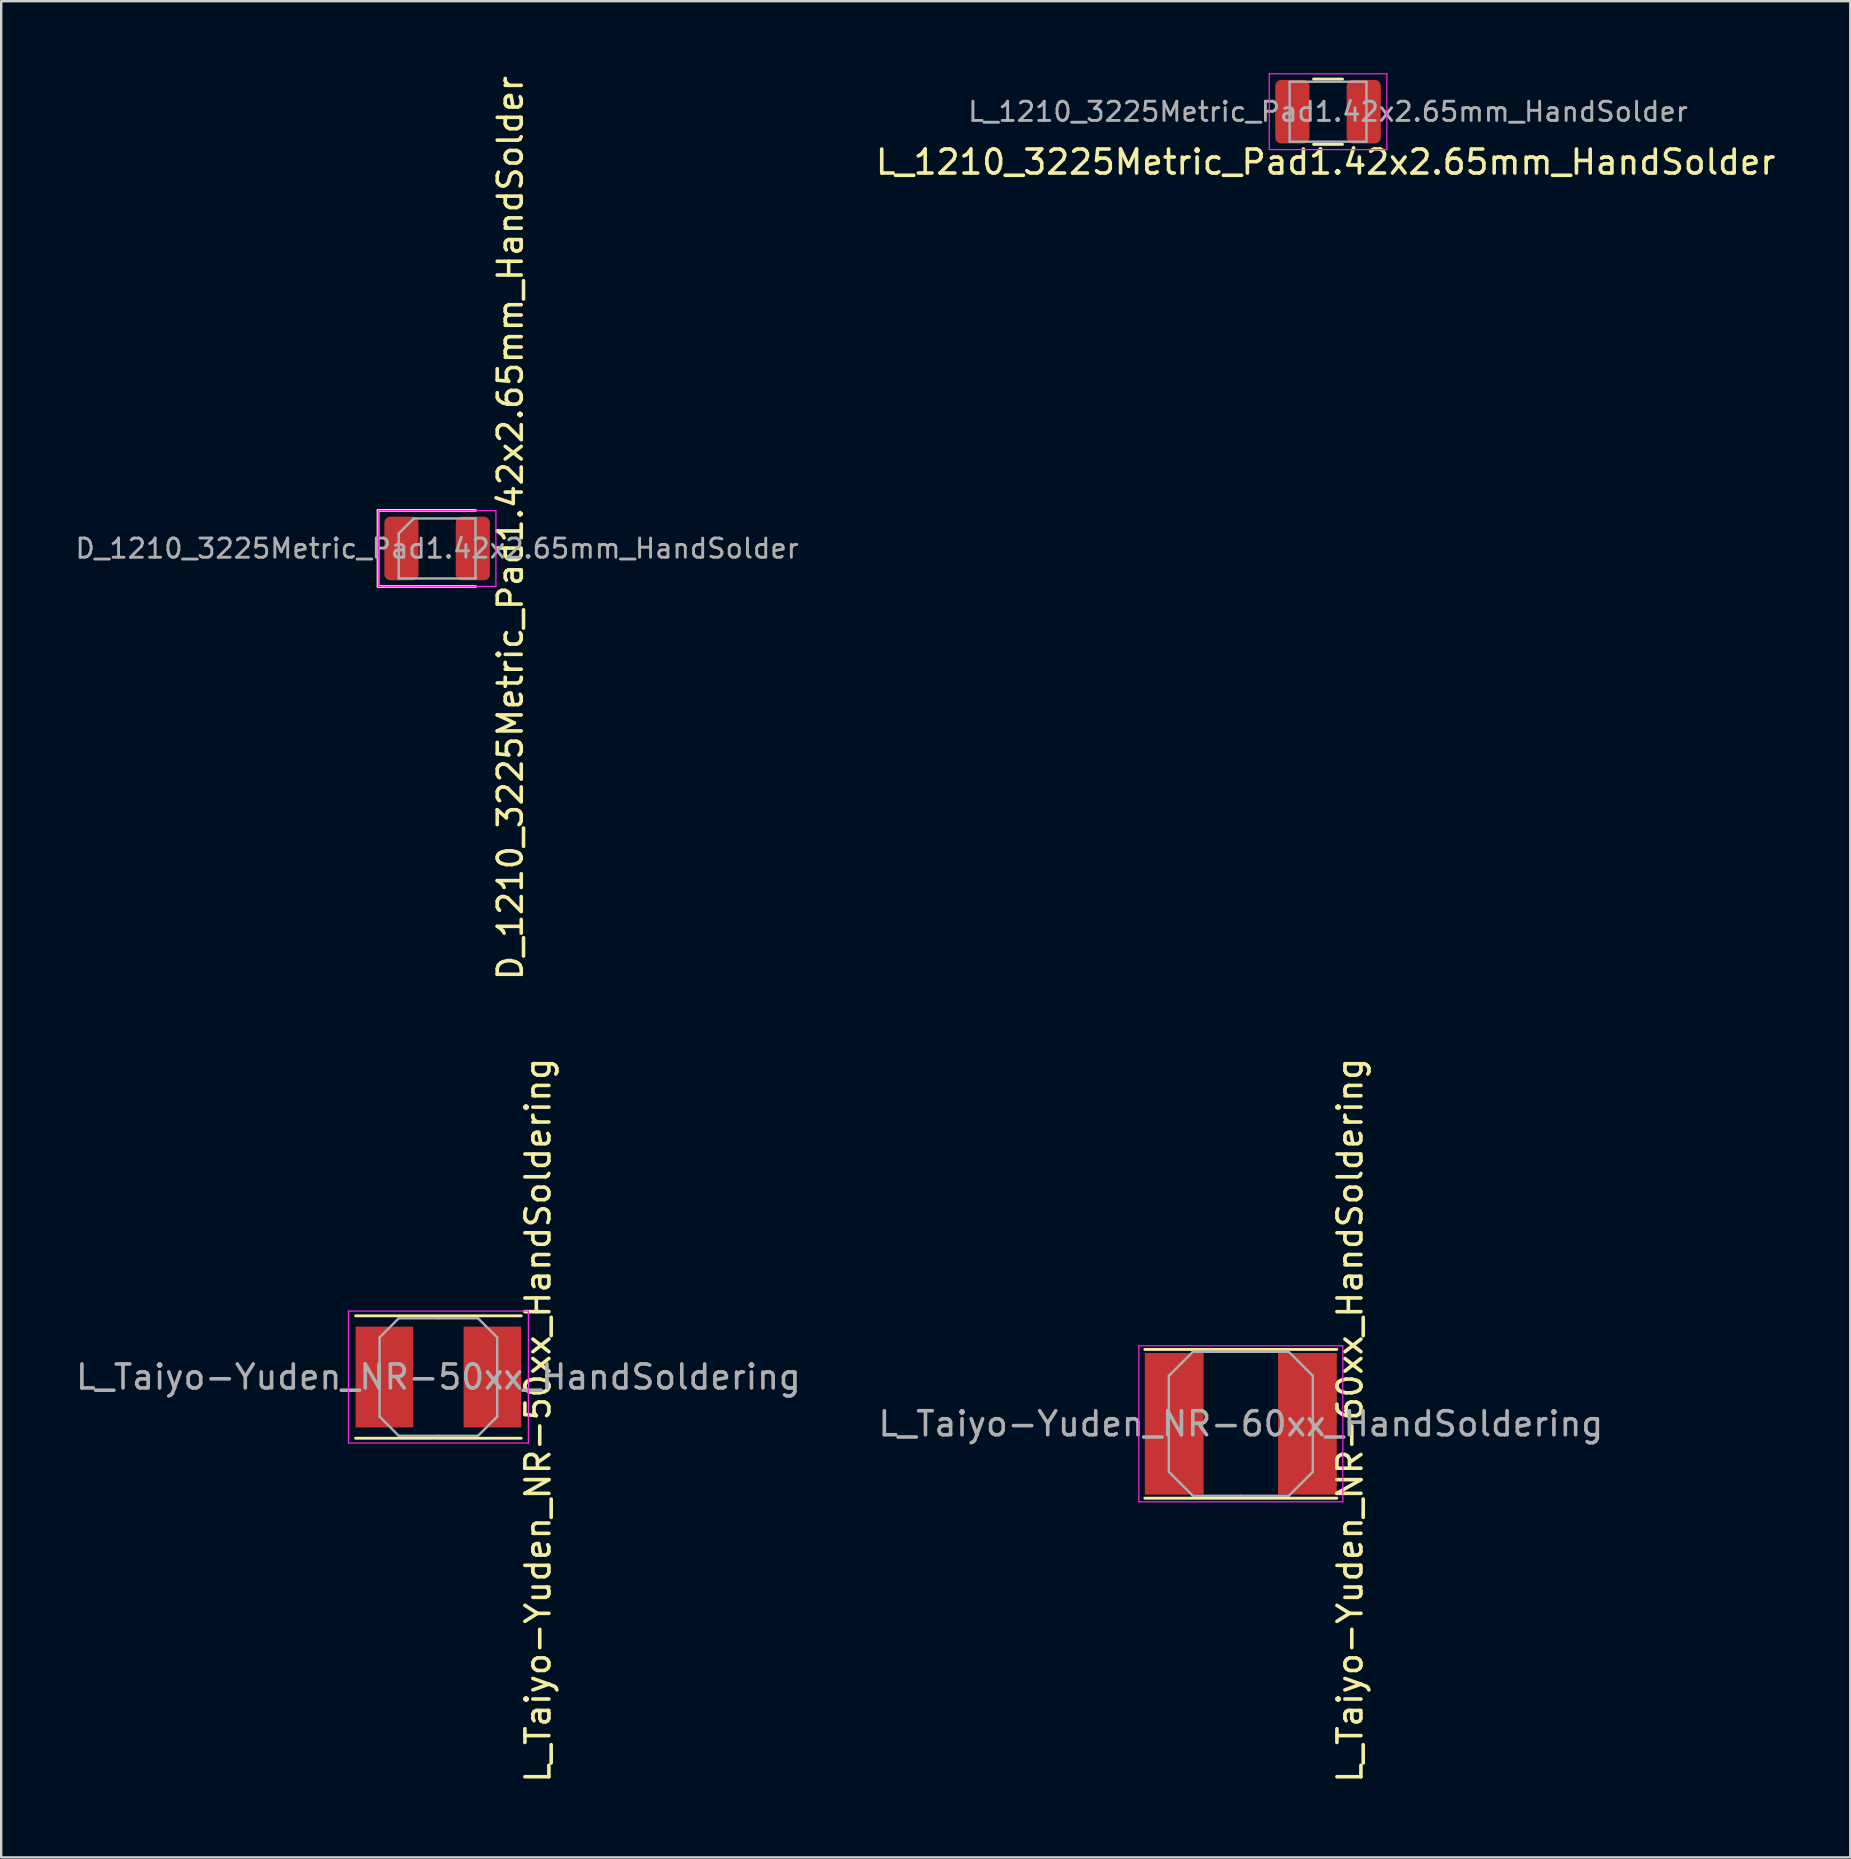
<source format=kicad_pcb>
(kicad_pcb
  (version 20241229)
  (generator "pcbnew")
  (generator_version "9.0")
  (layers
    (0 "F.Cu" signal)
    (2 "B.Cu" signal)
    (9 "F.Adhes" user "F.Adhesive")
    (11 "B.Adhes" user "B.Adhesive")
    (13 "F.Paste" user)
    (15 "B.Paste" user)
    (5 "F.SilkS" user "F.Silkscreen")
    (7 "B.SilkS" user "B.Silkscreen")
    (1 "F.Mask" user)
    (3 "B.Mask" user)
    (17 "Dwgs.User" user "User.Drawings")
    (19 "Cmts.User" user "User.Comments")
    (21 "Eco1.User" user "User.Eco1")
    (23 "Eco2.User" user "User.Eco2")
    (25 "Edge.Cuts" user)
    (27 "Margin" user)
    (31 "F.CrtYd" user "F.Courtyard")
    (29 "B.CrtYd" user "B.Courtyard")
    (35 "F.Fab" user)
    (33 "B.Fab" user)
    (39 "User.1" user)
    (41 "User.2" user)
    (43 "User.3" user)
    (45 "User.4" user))
  (footprint "L_Taiyo-Yuden_NR-60xx_HandSoldering"
    (layer "F.Cu")
    (at 48.661 56.287)
    (property "Reference" "L_Taiyo-Yuden_NR-60xx_HandSoldering" (at 4.55 -0.15 90) (layer "F.SilkS") (effects (font (size 1 1) (thickness 0.15))))
    (attr smd)
    (fp_line (start -4 -3.1) (end 4 -3.1) (stroke (width 0.12) (type solid)) (layer "F.SilkS"))
    (fp_line (start -4 3.1) (end 4 3.1) (stroke (width 0.12) (type solid)) (layer "F.SilkS"))
    (fp_line (start -4.25 -3.25) (end -4.25 3.25) (stroke (width 0.05) (type solid)) (layer "F.CrtYd"))
    (fp_line (start -4.25 3.25) (end 4.25 3.25) (stroke (width 0.05) (type solid)) (layer "F.CrtYd"))
    (fp_line (start 4.25 -3.25) (end -4.25 -3.25) (stroke (width 0.05) (type solid)) (layer "F.CrtYd"))
    (fp_line (start 4.25 3.25) (end 4.25 -3.25) (stroke (width 0.05) (type solid)) (layer "F.CrtYd"))
    (fp_line (start -3 -2) (end -2 -3) (stroke (width 0.1) (type solid)) (layer "F.Fab"))
    (fp_line (start -3 0) (end -3 -2) (stroke (width 0.1) (type solid)) (layer "F.Fab"))
    (fp_line (start -3 0) (end -3 2) (stroke (width 0.1) (type solid)) (layer "F.Fab"))
    (fp_line (start -3 2) (end -2 3) (stroke (width 0.1) (type solid)) (layer "F.Fab"))
    (fp_line (start -2 -3) (end 0 -3) (stroke (width 0.1) (type solid)) (layer "F.Fab"))
    (fp_line (start -2 3) (end 0 3) (stroke (width 0.1) (type solid)) (layer "F.Fab"))
    (fp_line (start 2 -3) (end 0 -3) (stroke (width 0.1) (type solid)) (layer "F.Fab"))
    (fp_line (start 2 3) (end 0 3) (stroke (width 0.1) (type solid)) (layer "F.Fab"))
    (fp_line (start 3 -2) (end 2 -3) (stroke (width 0.1) (type solid)) (layer "F.Fab"))
    (fp_line (start 3 0) (end 3 -2) (stroke (width 0.1) (type solid)) (layer "F.Fab"))
    (fp_line (start 3 0) (end 3 2) (stroke (width 0.1) (type solid)) (layer "F.Fab"))
    (fp_line (start 3 2) (end 2 3) (stroke (width 0.1) (type solid)) (layer "F.Fab"))
    (fp_text user "${REFERENCE}" (at 0 0 0) (layer "F.Fab") (effects (font (size 1 1) (thickness 0.15))))
    (pad "1" smd rect (at -2.775 0) (size 2.45 5.9) (layers "F.Cu" "F.Mask" "F.Paste"))
    (pad "2" smd rect (at 2.775 0) (size 2.45 5.9) (layers "F.Cu" "F.Mask" "F.Paste")))
  (footprint "D_1210_3225Metric_Pad1.42x2.65mm_HandSolder"
    (layer "F.Cu")
    (at 15.167 19.808)
    (property "Reference" "D_1210_3225Metric_Pad1.42x2.65mm_HandSolder" (at 3.05 -0.85 90) (layer "F.SilkS") (effects (font (size 1 1) (thickness 0.15))))
    (attr smd)
    (fp_line (start -2.46 -1.585) (end -2.46 1.585) (stroke (width 0.12) (type solid)) (layer "F.SilkS"))
    (fp_line (start -2.46 1.585) (end 1.6 1.585) (stroke (width 0.12) (type solid)) (layer "F.SilkS"))
    (fp_line (start 1.6 -1.585) (end -2.46 -1.585) (stroke (width 0.12) (type solid)) (layer "F.SilkS"))
    (fp_line (start -2.45 -1.58) (end 2.45 -1.58) (stroke (width 0.05) (type solid)) (layer "F.CrtYd"))
    (fp_line (start -2.45 1.58) (end -2.45 -1.58) (stroke (width 0.05) (type solid)) (layer "F.CrtYd"))
    (fp_line (start 2.45 -1.58) (end 2.45 1.58) (stroke (width 0.05) (type solid)) (layer "F.CrtYd"))
    (fp_line (start 2.45 1.58) (end -2.45 1.58) (stroke (width 0.05) (type solid)) (layer "F.CrtYd"))
    (fp_line (start -1.6 -0.625) (end -1.6 1.25) (stroke (width 0.1) (type solid)) (layer "F.Fab"))
    (fp_line (start -1.6 1.25) (end 1.6 1.25) (stroke (width 0.1) (type solid)) (layer "F.Fab"))
    (fp_line (start -0.975 -1.25) (end -1.6 -0.625) (stroke (width 0.1) (type solid)) (layer "F.Fab"))
    (fp_line (start 1.6 -1.25) (end -0.975 -1.25) (stroke (width 0.1) (type solid)) (layer "F.Fab"))
    (fp_line (start 1.6 1.25) (end 1.6 -1.25) (stroke (width 0.1) (type solid)) (layer "F.Fab"))
    (fp_text user "${REFERENCE}" (at 0 0 0) (layer "F.Fab") (effects (font (size 0.8 0.8) (thickness 0.12))))
    (pad "1" smd roundrect (at -1.488 0) (size 1.425 2.65) (layers "F.Cu" "F.Mask" "F.Paste") (roundrect_rratio 0.175))
    (pad "2" smd roundrect (at 1.488 0) (size 1.425 2.65) (layers "F.Cu" "F.Mask" "F.Paste") (roundrect_rratio 0.175)))
  (footprint "L_1210_3225Metric_Pad1.42x2.65mm_HandSolder"
    (layer "F.Cu")
    (at 52.296 1.605)
    (property "Reference" "L_1210_3225Metric_Pad1.42x2.65mm_HandSolder" (at -0.1 2.1 0) (layer "F.SilkS") (effects (font (size 1 1) (thickness 0.15))))
    (attr smd)
    (fp_line (start -0.602 -1.36) (end 0.602 -1.36) (stroke (width 0.12) (type solid)) (layer "F.SilkS"))
    (fp_line (start -0.602 1.36) (end 0.602 1.36) (stroke (width 0.12) (type solid)) (layer "F.SilkS"))
    (fp_line (start -2.45 -1.58) (end 2.45 -1.58) (stroke (width 0.05) (type solid)) (layer "F.CrtYd"))
    (fp_line (start -2.45 1.58) (end -2.45 -1.58) (stroke (width 0.05) (type solid)) (layer "F.CrtYd"))
    (fp_line (start 2.45 -1.58) (end 2.45 1.58) (stroke (width 0.05) (type solid)) (layer "F.CrtYd"))
    (fp_line (start 2.45 1.58) (end -2.45 1.58) (stroke (width 0.05) (type solid)) (layer "F.CrtYd"))
    (fp_line (start -1.6 -1.25) (end 1.6 -1.25) (stroke (width 0.1) (type solid)) (layer "F.Fab"))
    (fp_line (start -1.6 1.25) (end -1.6 -1.25) (stroke (width 0.1) (type solid)) (layer "F.Fab"))
    (fp_line (start 1.6 -1.25) (end 1.6 1.25) (stroke (width 0.1) (type solid)) (layer "F.Fab"))
    (fp_line (start 1.6 1.25) (end -1.6 1.25) (stroke (width 0.1) (type solid)) (layer "F.Fab"))
    (fp_text user "${REFERENCE}" (at 0 0 0) (layer "F.Fab") (effects (font (size 0.8 0.8) (thickness 0.12))))
    (pad "1" smd roundrect (at -1.488 0) (size 1.425 2.65) (layers "F.Cu" "F.Mask" "F.Paste") (roundrect_rratio 0.175))
    (pad "2" smd roundrect (at 1.488 0) (size 1.425 2.65) (layers "F.Cu" "F.Mask" "F.Paste") (roundrect_rratio 0.175)))
  (footprint "L_Taiyo-Yuden_NR-50xx_HandSoldering"
    (layer "F.Cu")
    (at 15.22 54.337)
    (property "Reference" "L_Taiyo-Yuden_NR-50xx_HandSoldering" (at 4.15 1.8 90) (layer "F.SilkS") (effects (font (size 1 1) (thickness 0.15))))
    (attr smd)
    (fp_line (start -3.45 -2.55) (end 3.45 -2.55) (stroke (width 0.12) (type solid)) (layer "F.SilkS"))
    (fp_line (start -3.45 2.55) (end 3.45 2.55) (stroke (width 0.12) (type solid)) (layer "F.SilkS"))
    (fp_line (start -3.75 -2.75) (end -3.75 2.75) (stroke (width 0.05) (type solid)) (layer "F.CrtYd"))
    (fp_line (start -3.75 2.75) (end 3.75 2.75) (stroke (width 0.05) (type solid)) (layer "F.CrtYd"))
    (fp_line (start 3.75 -2.75) (end -3.75 -2.75) (stroke (width 0.05) (type solid)) (layer "F.CrtYd"))
    (fp_line (start 3.75 2.75) (end 3.75 -2.75) (stroke (width 0.05) (type solid)) (layer "F.CrtYd"))
    (fp_line (start -2.45 -1.65) (end -1.65 -2.45) (stroke (width 0.1) (type solid)) (layer "F.Fab"))
    (fp_line (start -2.45 0) (end -2.45 -1.65) (stroke (width 0.1) (type solid)) (layer "F.Fab"))
    (fp_line (start -2.45 0) (end -2.45 1.65) (stroke (width 0.1) (type solid)) (layer "F.Fab"))
    (fp_line (start -2.45 1.65) (end -1.65 2.45) (stroke (width 0.1) (type solid)) (layer "F.Fab"))
    (fp_line (start -1.65 -2.45) (end 0 -2.45) (stroke (width 0.1) (type solid)) (layer "F.Fab"))
    (fp_line (start -1.65 2.45) (end 0 2.45) (stroke (width 0.1) (type solid)) (layer "F.Fab"))
    (fp_line (start 1.65 -2.45) (end 0 -2.45) (stroke (width 0.1) (type solid)) (layer "F.Fab"))
    (fp_line (start 1.65 2.45) (end 0 2.45) (stroke (width 0.1) (type solid)) (layer "F.Fab"))
    (fp_line (start 2.45 -1.65) (end 1.65 -2.45) (stroke (width 0.1) (type solid)) (layer "F.Fab"))
    (fp_line (start 2.45 0) (end 2.45 -1.65) (stroke (width 0.1) (type solid)) (layer "F.Fab"))
    (fp_line (start 2.45 0) (end 2.45 1.65) (stroke (width 0.1) (type solid)) (layer "F.Fab"))
    (fp_line (start 2.45 1.65) (end 1.65 2.45) (stroke (width 0.1) (type solid)) (layer "F.Fab"))
    (fp_text user "${REFERENCE}" (at 0 0 0) (layer "F.Fab") (effects (font (size 1 1) (thickness 0.15))))
    (pad "1" smd rect (at -2.25 0) (size 2.4 4.2) (layers "F.Cu" "F.Mask" "F.Paste"))
    (pad "2" smd rect (at 2.25 0) (size 2.4 4.2) (layers "F.Cu" "F.Mask" "F.Paste")))
  (gr_rect
    (start -3 -3)
    (end 74.06 74.357)
    (stroke (width 0.1) (type default))
    (fill no)
    (layer "Edge.Cuts")))
</source>
